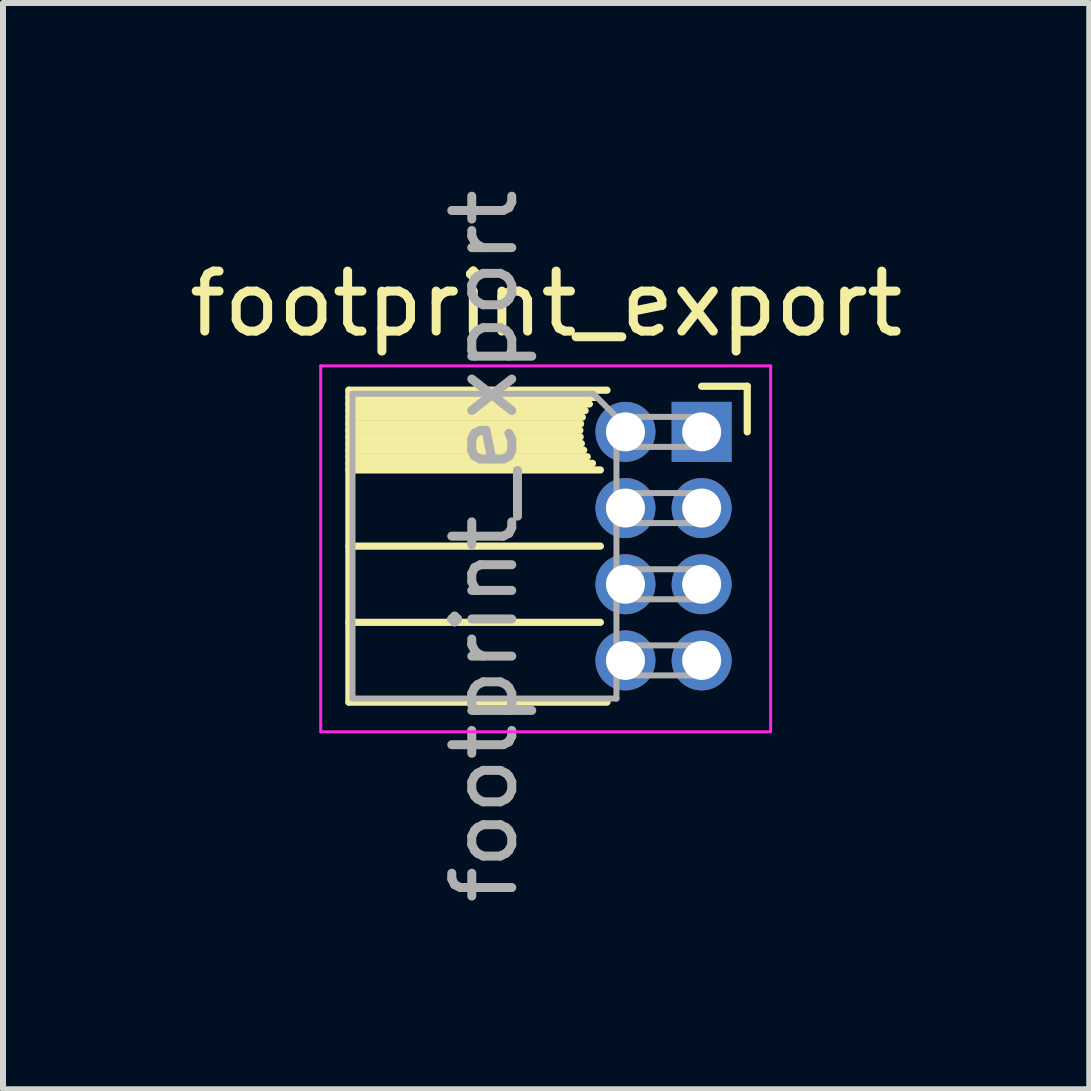
<source format=kicad_pcb>
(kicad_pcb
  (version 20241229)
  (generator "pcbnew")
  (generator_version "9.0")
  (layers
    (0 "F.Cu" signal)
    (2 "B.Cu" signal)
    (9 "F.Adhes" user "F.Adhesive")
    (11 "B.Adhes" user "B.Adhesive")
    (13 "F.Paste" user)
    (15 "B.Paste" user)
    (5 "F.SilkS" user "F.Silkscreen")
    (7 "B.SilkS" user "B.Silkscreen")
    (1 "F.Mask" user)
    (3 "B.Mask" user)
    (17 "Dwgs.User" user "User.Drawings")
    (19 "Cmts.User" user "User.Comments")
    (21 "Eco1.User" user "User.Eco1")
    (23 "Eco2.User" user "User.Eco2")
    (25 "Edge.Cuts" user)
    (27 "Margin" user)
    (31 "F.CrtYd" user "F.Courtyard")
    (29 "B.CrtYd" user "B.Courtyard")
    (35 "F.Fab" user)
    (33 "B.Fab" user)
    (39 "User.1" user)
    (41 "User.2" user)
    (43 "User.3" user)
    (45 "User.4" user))
  (footprint "footprint_export"
    (layer "F.Cu")
    (at 8.646 4.149)
    (property "Reference" "footprint_export" (at -2.592 -2.135 0) (layer "F.SilkS") (effects (font (size 1 1) (thickness 0.15))))
    (attr through_hole)
    (fp_line (start -5.88 -0.695) (end -5.88 4.505) (stroke (width 0.12) (type solid)) (layer "F.SilkS"))
    (fp_line (start -5.88 -0.695) (end -1.578 -0.695) (stroke (width 0.12) (type solid)) (layer "F.SilkS"))
    (fp_line (start -5.88 -0.575) (end -1.767 -0.575) (stroke (width 0.12) (type solid)) (layer "F.SilkS"))
    (fp_line (start -5.88 -0.465) (end -1.871 -0.465) (stroke (width 0.12) (type solid)) (layer "F.SilkS"))
    (fp_line (start -5.88 -0.355) (end -1.942 -0.355) (stroke (width 0.12) (type solid)) (layer "F.SilkS"))
    (fp_line (start -5.88 -0.245) (end -1.989 -0.245) (stroke (width 0.12) (type solid)) (layer "F.SilkS"))
    (fp_line (start -5.88 -0.135) (end -2.018 -0.135) (stroke (width 0.12) (type solid)) (layer "F.SilkS"))
    (fp_line (start -5.88 -0.025) (end -2.03 -0.025) (stroke (width 0.12) (type solid)) (layer "F.SilkS"))
    (fp_line (start -5.88 0.085) (end -2.025 0.085) (stroke (width 0.12) (type solid)) (layer "F.SilkS"))
    (fp_line (start -5.88 0.195) (end -2.005 0.195) (stroke (width 0.12) (type solid)) (layer "F.SilkS"))
    (fp_line (start -5.88 0.305) (end -1.966 0.305) (stroke (width 0.12) (type solid)) (layer "F.SilkS"))
    (fp_line (start -5.88 0.415) (end -1.907 0.415) (stroke (width 0.12) (type solid)) (layer "F.SilkS"))
    (fp_line (start -5.88 0.525) (end -1.82 0.525) (stroke (width 0.12) (type solid)) (layer "F.SilkS"))
    (fp_line (start -5.88 0.635) (end -1.688 0.635) (stroke (width 0.12) (type solid)) (layer "F.SilkS"))
    (fp_line (start -5.88 1.905) (end -1.688 1.905) (stroke (width 0.12) (type solid)) (layer "F.SilkS"))
    (fp_line (start -5.88 3.175) (end -1.688 3.175) (stroke (width 0.12) (type solid)) (layer "F.SilkS"))
    (fp_line (start -5.88 4.505) (end -1.578 4.505) (stroke (width 0.12) (type solid)) (layer "F.SilkS"))
    (fp_line (start 0 -0.76) (end 0.76 -0.76) (stroke (width 0.12) (type solid)) (layer "F.SilkS"))
    (fp_line (start 0.76 -0.76) (end 0.76 0) (stroke (width 0.12) (type solid)) (layer "F.SilkS"))
    (fp_line (start -6.35 -1.1) (end -6.35 5) (stroke (width 0.05) (type solid)) (layer "F.CrtYd"))
    (fp_line (start -6.35 5) (end 1.15 5) (stroke (width 0.05) (type solid)) (layer "F.CrtYd"))
    (fp_line (start 1.15 -1.1) (end -6.35 -1.1) (stroke (width 0.05) (type solid)) (layer "F.CrtYd"))
    (fp_line (start 1.15 5) (end 1.15 -1.1) (stroke (width 0.05) (type solid)) (layer "F.CrtYd"))
    (fp_line (start -5.82 -0.635) (end -1.805 -0.635) (stroke (width 0.1) (type solid)) (layer "F.Fab"))
    (fp_line (start -5.82 4.445) (end -5.82 -0.635) (stroke (width 0.1) (type solid)) (layer "F.Fab"))
    (fp_line (start -1.805 -0.635) (end -1.42 -0.25) (stroke (width 0.1) (type solid)) (layer "F.Fab"))
    (fp_line (start -1.42 -0.25) (end -1.42 4.445) (stroke (width 0.1) (type solid)) (layer "F.Fab"))
    (fp_line (start -1.42 0.25) (end 0 0.25) (stroke (width 0.1) (type solid)) (layer "F.Fab"))
    (fp_line (start -1.42 1.52) (end 0 1.52) (stroke (width 0.1) (type solid)) (layer "F.Fab"))
    (fp_line (start -1.42 2.79) (end 0 2.79) (stroke (width 0.1) (type solid)) (layer "F.Fab"))
    (fp_line (start -1.42 4.06) (end 0 4.06) (stroke (width 0.1) (type solid)) (layer "F.Fab"))
    (fp_line (start -1.42 4.445) (end -5.82 4.445) (stroke (width 0.1) (type solid)) (layer "F.Fab"))
    (fp_line (start 0 -0.25) (end -1.42 -0.25) (stroke (width 0.1) (type solid)) (layer "F.Fab"))
    (fp_line (start 0 0.25) (end 0 -0.25) (stroke (width 0.1) (type solid)) (layer "F.Fab"))
    (fp_line (start 0 1.02) (end -1.42 1.02) (stroke (width 0.1) (type solid)) (layer "F.Fab"))
    (fp_line (start 0 1.52) (end 0 1.02) (stroke (width 0.1) (type solid)) (layer "F.Fab"))
    (fp_line (start 0 2.29) (end -1.42 2.29) (stroke (width 0.1) (type solid)) (layer "F.Fab"))
    (fp_line (start 0 2.79) (end 0 2.29) (stroke (width 0.1) (type solid)) (layer "F.Fab"))
    (fp_line (start 0 3.56) (end -1.42 3.56) (stroke (width 0.1) (type solid)) (layer "F.Fab"))
    (fp_line (start 0 4.06) (end 0 3.56) (stroke (width 0.1) (type solid)) (layer "F.Fab"))
    (fp_text user "${REFERENCE}" (at -3.62 1.905 90) (layer "F.Fab") (effects (font (size 1 1) (thickness 0.15))))
    (pad "1" thru_hole rect (at 0 0) (size 1 1) (drill 0.65) (layers "*.Cu" "*.Mask"))
    (pad "2" thru_hole oval (at -1.27 0) (size 1 1) (drill 0.65) (layers "*.Cu" "*.Mask"))
    (pad "3" thru_hole oval (at 0 1.27) (size 1 1) (drill 0.65) (layers "*.Cu" "*.Mask"))
    (pad "4" thru_hole oval (at -1.27 1.27) (size 1 1) (drill 0.65) (layers "*.Cu" "*.Mask"))
    (pad "5" thru_hole oval (at 0 2.54) (size 1 1) (drill 0.65) (layers "*.Cu" "*.Mask"))
    (pad "6" thru_hole oval (at -1.27 2.54) (size 1 1) (drill 0.65) (layers "*.Cu" "*.Mask"))
    (pad "7" thru_hole oval (at 0 3.81) (size 1 1) (drill 0.65) (layers "*.Cu" "*.Mask"))
    (pad "8" thru_hole oval (at -1.27 3.81) (size 1 1) (drill 0.65) (layers "*.Cu" "*.Mask")))
  (gr_rect
    (start -3 -3)
    (end 15.107 15.107)
    (stroke (width 0.1) (type default))
    (fill no)
    (layer "Edge.Cuts")))
</source>
